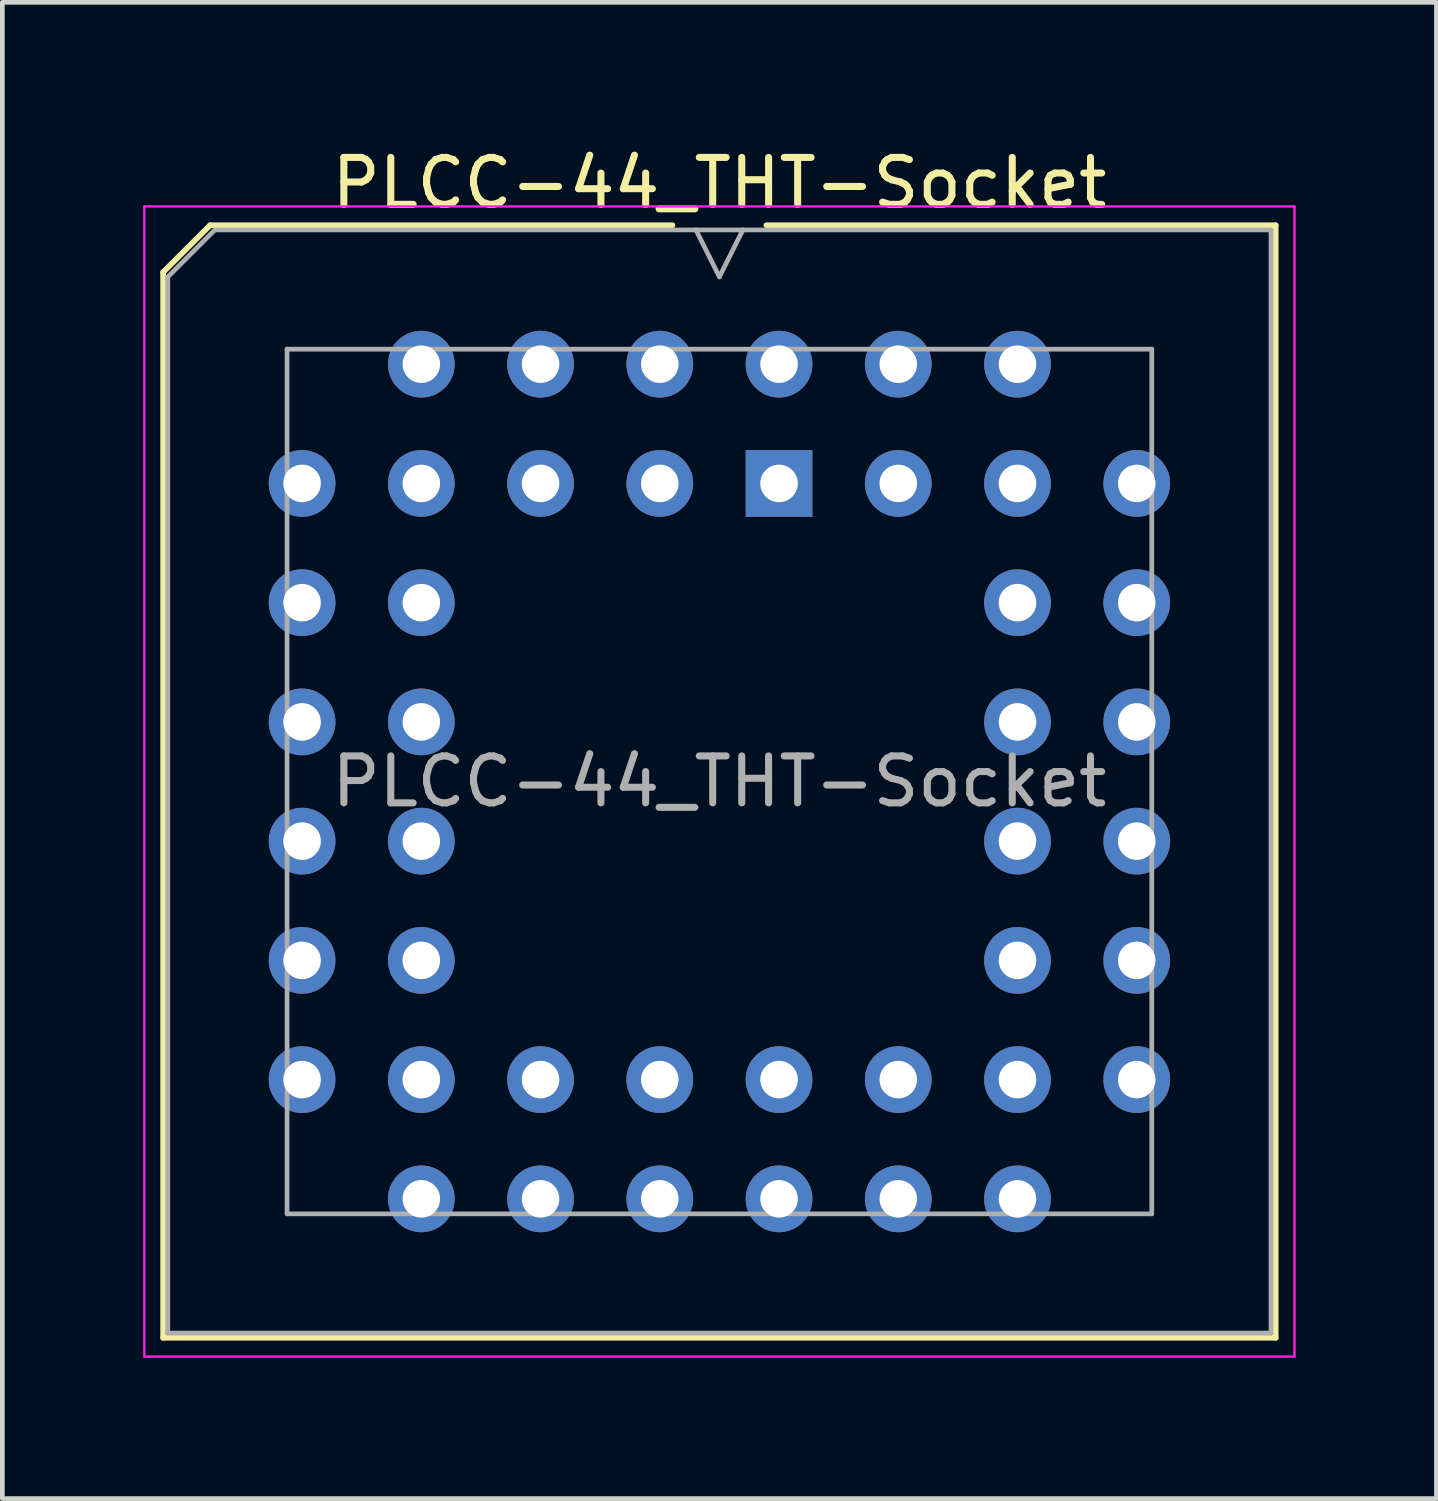
<source format=kicad_pcb>
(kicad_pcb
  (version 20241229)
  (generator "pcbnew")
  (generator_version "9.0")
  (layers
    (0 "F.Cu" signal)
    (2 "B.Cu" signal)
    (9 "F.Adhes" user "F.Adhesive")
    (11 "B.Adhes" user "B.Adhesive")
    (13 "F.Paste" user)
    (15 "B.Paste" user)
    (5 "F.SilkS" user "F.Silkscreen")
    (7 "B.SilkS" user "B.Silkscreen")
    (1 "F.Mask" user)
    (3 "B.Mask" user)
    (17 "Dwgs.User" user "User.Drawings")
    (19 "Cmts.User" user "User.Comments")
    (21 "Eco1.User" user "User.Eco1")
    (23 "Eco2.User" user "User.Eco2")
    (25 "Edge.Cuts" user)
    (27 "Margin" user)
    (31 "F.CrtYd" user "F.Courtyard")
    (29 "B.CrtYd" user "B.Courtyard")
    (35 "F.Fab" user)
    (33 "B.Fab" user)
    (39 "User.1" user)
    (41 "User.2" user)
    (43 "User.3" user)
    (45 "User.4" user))
  (footprint "PLCC-44_THT-Socket"
    (layer "F.Cu")
    (at 12.275 13.558)
    (property "Reference" "PLCC-44_THT-Socket" (at 0 -12.71 0) (layer "F.SilkS") (effects (font (size 1 1) (thickness 0.15))))
    (attr through_hole)
    (fp_line (start -11.85 -10.81) (end -11.85 11.89) (stroke (width 0.12) (type solid)) (layer "F.SilkS"))
    (fp_line (start -11.85 11.89) (end 11.85 11.89) (stroke (width 0.12) (type solid)) (layer "F.SilkS"))
    (fp_line (start -10.85 -11.81) (end -11.85 -10.81) (stroke (width 0.12) (type solid)) (layer "F.SilkS"))
    (fp_line (start -1 -11.81) (end -10.85 -11.81) (stroke (width 0.12) (type solid)) (layer "F.SilkS"))
    (fp_line (start 11.85 -11.81) (end 1 -11.81) (stroke (width 0.12) (type solid)) (layer "F.SilkS"))
    (fp_line (start 11.85 11.89) (end 11.85 -11.81) (stroke (width 0.12) (type solid)) (layer "F.SilkS"))
    (fp_line (start -12.25 -12.21) (end -12.25 12.29) (stroke (width 0.05) (type solid)) (layer "F.CrtYd"))
    (fp_line (start -12.25 12.29) (end 12.25 12.29) (stroke (width 0.05) (type solid)) (layer "F.CrtYd"))
    (fp_line (start 12.25 -12.21) (end -12.25 -12.21) (stroke (width 0.05) (type solid)) (layer "F.CrtYd"))
    (fp_line (start 12.25 12.29) (end 12.25 -12.21) (stroke (width 0.05) (type solid)) (layer "F.CrtYd"))
    (fp_line (start -11.75 -10.71) (end -11.75 11.79) (stroke (width 0.1) (type solid)) (layer "F.Fab"))
    (fp_line (start -11.75 11.79) (end 11.75 11.79) (stroke (width 0.1) (type solid)) (layer "F.Fab"))
    (fp_line (start -10.75 -11.71) (end -11.75 -10.71) (stroke (width 0.1) (type solid)) (layer "F.Fab"))
    (fp_line (start -9.21 -9.17) (end -9.21 9.25) (stroke (width 0.1) (type solid)) (layer "F.Fab"))
    (fp_line (start -9.21 9.25) (end 9.21 9.25) (stroke (width 0.1) (type solid)) (layer "F.Fab"))
    (fp_line (start -0.5 -11.71) (end 0 -10.71) (stroke (width 0.1) (type solid)) (layer "F.Fab"))
    (fp_line (start 0 -10.71) (end 0.5 -11.71) (stroke (width 0.1) (type solid)) (layer "F.Fab"))
    (fp_line (start 9.21 -9.17) (end -9.21 -9.17) (stroke (width 0.1) (type solid)) (layer "F.Fab"))
    (fp_line (start 9.21 9.25) (end 9.21 -9.17) (stroke (width 0.1) (type solid)) (layer "F.Fab"))
    (fp_line (start 11.75 -11.71) (end -10.75 -11.71) (stroke (width 0.1) (type solid)) (layer "F.Fab"))
    (fp_line (start 11.75 11.79) (end 11.75 -11.71) (stroke (width 0.1) (type solid)) (layer "F.Fab"))
    (fp_text user "${REFERENCE}" (at 0 0.04 0) (layer "F.Fab") (effects (font (size 1 1) (thickness 0.15))))
    (pad "1" thru_hole rect (at 1.27 -6.31) (size 1.422 1.422) (drill 0.8) (layers "*.Cu" "*.Mask"))
    (pad "2" thru_hole circle (at -1.27 -8.85) (size 1.422 1.422) (drill 0.8) (layers "*.Cu" "*.Mask"))
    (pad "3" thru_hole circle (at -1.27 -6.31) (size 1.422 1.422) (drill 0.8) (layers "*.Cu" "*.Mask"))
    (pad "4" thru_hole circle (at -3.81 -8.85) (size 1.422 1.422) (drill 0.8) (layers "*.Cu" "*.Mask"))
    (pad "5" thru_hole circle (at -3.81 -6.31) (size 1.422 1.422) (drill 0.8) (layers "*.Cu" "*.Mask"))
    (pad "6" thru_hole circle (at -6.35 -8.85) (size 1.422 1.422) (drill 0.8) (layers "*.Cu" "*.Mask"))
    (pad "7" thru_hole circle (at -8.89 -6.31) (size 1.422 1.422) (drill 0.8) (layers "*.Cu" "*.Mask"))
    (pad "8" thru_hole circle (at -6.35 -6.31) (size 1.422 1.422) (drill 0.8) (layers "*.Cu" "*.Mask"))
    (pad "9" thru_hole circle (at -8.89 -3.77) (size 1.422 1.422) (drill 0.8) (layers "*.Cu" "*.Mask"))
    (pad "10" thru_hole circle (at -6.35 -3.77) (size 1.422 1.422) (drill 0.8) (layers "*.Cu" "*.Mask"))
    (pad "11" thru_hole circle (at -8.89 -1.23) (size 1.422 1.422) (drill 0.8) (layers "*.Cu" "*.Mask"))
    (pad "12" thru_hole circle (at -6.35 -1.23) (size 1.422 1.422) (drill 0.8) (layers "*.Cu" "*.Mask"))
    (pad "13" thru_hole circle (at -8.89 1.31) (size 1.422 1.422) (drill 0.8) (layers "*.Cu" "*.Mask"))
    (pad "14" thru_hole circle (at -6.35 1.31) (size 1.422 1.422) (drill 0.8) (layers "*.Cu" "*.Mask"))
    (pad "15" thru_hole circle (at -8.89 3.85) (size 1.422 1.422) (drill 0.8) (layers "*.Cu" "*.Mask"))
    (pad "16" thru_hole circle (at -6.35 3.85) (size 1.422 1.422) (drill 0.8) (layers "*.Cu" "*.Mask"))
    (pad "17" thru_hole circle (at -8.89 6.39) (size 1.422 1.422) (drill 0.8) (layers "*.Cu" "*.Mask"))
    (pad "18" thru_hole circle (at -6.35 8.93) (size 1.422 1.422) (drill 0.8) (layers "*.Cu" "*.Mask"))
    (pad "19" thru_hole circle (at -6.35 6.39) (size 1.422 1.422) (drill 0.8) (layers "*.Cu" "*.Mask"))
    (pad "20" thru_hole circle (at -3.81 8.93) (size 1.422 1.422) (drill 0.8) (layers "*.Cu" "*.Mask"))
    (pad "21" thru_hole circle (at -3.81 6.39) (size 1.422 1.422) (drill 0.8) (layers "*.Cu" "*.Mask"))
    (pad "22" thru_hole circle (at -1.27 8.93) (size 1.422 1.422) (drill 0.8) (layers "*.Cu" "*.Mask"))
    (pad "23" thru_hole circle (at -1.27 6.39) (size 1.422 1.422) (drill 0.8) (layers "*.Cu" "*.Mask"))
    (pad "24" thru_hole circle (at 1.27 8.93) (size 1.422 1.422) (drill 0.8) (layers "*.Cu" "*.Mask"))
    (pad "25" thru_hole circle (at 1.27 6.39) (size 1.422 1.422) (drill 0.8) (layers "*.Cu" "*.Mask"))
    (pad "26" thru_hole circle (at 3.81 8.93) (size 1.422 1.422) (drill 0.8) (layers "*.Cu" "*.Mask"))
    (pad "27" thru_hole circle (at 3.81 6.39) (size 1.422 1.422) (drill 0.8) (layers "*.Cu" "*.Mask"))
    (pad "28" thru_hole circle (at 6.35 8.93) (size 1.422 1.422) (drill 0.8) (layers "*.Cu" "*.Mask"))
    (pad "29" thru_hole circle (at 8.89 6.39) (size 1.422 1.422) (drill 0.8) (layers "*.Cu" "*.Mask"))
    (pad "30" thru_hole circle (at 6.35 6.39) (size 1.422 1.422) (drill 0.8) (layers "*.Cu" "*.Mask"))
    (pad "31" thru_hole circle (at 8.89 3.85) (size 1.422 1.422) (drill 0.8) (layers "*.Cu" "*.Mask"))
    (pad "32" thru_hole circle (at 6.35 3.85) (size 1.422 1.422) (drill 0.8) (layers "*.Cu" "*.Mask"))
    (pad "33" thru_hole circle (at 8.89 1.31) (size 1.422 1.422) (drill 0.8) (layers "*.Cu" "*.Mask"))
    (pad "34" thru_hole circle (at 6.35 1.31) (size 1.422 1.422) (drill 0.8) (layers "*.Cu" "*.Mask"))
    (pad "35" thru_hole circle (at 8.89 -1.23) (size 1.422 1.422) (drill 0.8) (layers "*.Cu" "*.Mask"))
    (pad "36" thru_hole circle (at 6.35 -1.23) (size 1.422 1.422) (drill 0.8) (layers "*.Cu" "*.Mask"))
    (pad "37" thru_hole circle (at 8.89 -3.77) (size 1.422 1.422) (drill 0.8) (layers "*.Cu" "*.Mask"))
    (pad "38" thru_hole circle (at 6.35 -3.77) (size 1.422 1.422) (drill 0.8) (layers "*.Cu" "*.Mask"))
    (pad "39" thru_hole circle (at 8.89 -6.31) (size 1.422 1.422) (drill 0.8) (layers "*.Cu" "*.Mask"))
    (pad "40" thru_hole circle (at 6.35 -8.85) (size 1.422 1.422) (drill 0.8) (layers "*.Cu" "*.Mask"))
    (pad "41" thru_hole circle (at 6.35 -6.31) (size 1.422 1.422) (drill 0.8) (layers "*.Cu" "*.Mask"))
    (pad "42" thru_hole circle (at 3.81 -8.85) (size 1.422 1.422) (drill 0.8) (layers "*.Cu" "*.Mask"))
    (pad "43" thru_hole circle (at 3.81 -6.31) (size 1.422 1.422) (drill 0.8) (layers "*.Cu" "*.Mask"))
    (pad "44" thru_hole circle (at 1.27 -8.85) (size 1.422 1.422) (drill 0.8) (layers "*.Cu" "*.Mask")))
  (gr_rect
    (start -3 -3)
    (end 27.55 28.873)
    (stroke (width 0.1) (type default))
    (fill no)
    (layer "Edge.Cuts")))
</source>
